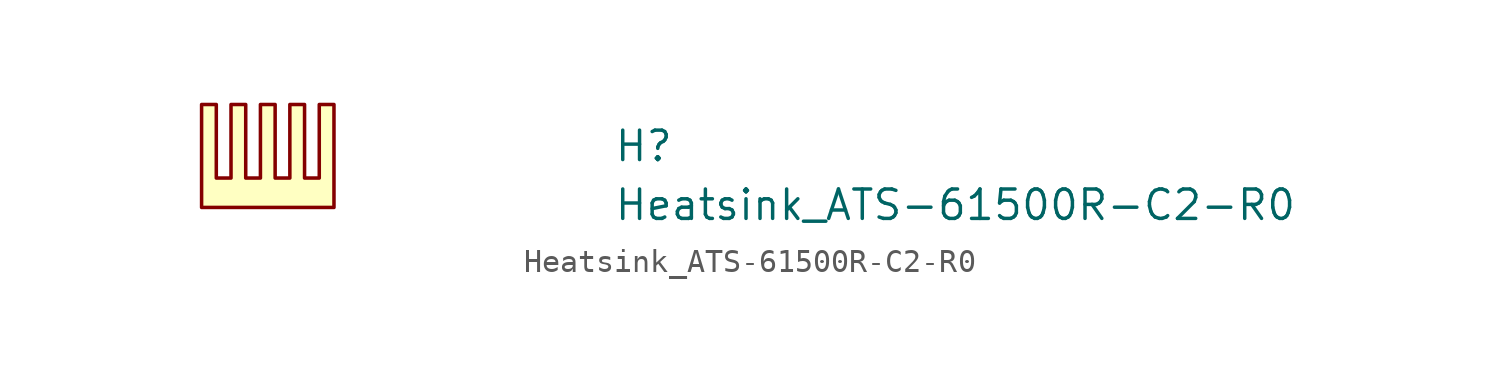
<source format=kicad_sym>
(kicad_symbol_lib
  (version 20220914)
  (generator kicad_symbol_editor)
  (symbol "Heatsink_ATS-61500R-C2-R0"
    (pin_names hide)
    (property "Reference" "H"
      (at 17.78 -2.54 0)
      (effects (font (size 1.27 1.27) (thickness 0.15)) (justify left bottom)))
    (property "Value" "Heatsink_ATS-61500R-C2-R0"
      (at 17.78 -5.08 0)
      (effects (font (size 1.27 1.27) (thickness 0.15)) (justify left bottom)))
    (symbol "Heatsink_ATS-61500R-C2-R0_0_1"
      (polyline (pts (xy 0 0) (xy 0.635 0) (xy 0.635 -3.175) (xy 1.27 -3.175) (xy 1.27 0) (xy 1.905 0) (xy 1.905 -3.175) (xy 2.54 -3.175) (xy 2.54 0) (xy 3.175 0) (xy 3.175 -3.175) (xy 3.81 -3.175) (xy 3.81 0) (xy 4.445 0) (xy 4.445 -3.175) (xy 5.08 -3.175) (xy 5.08 0) (xy 5.715 0) (xy 5.715 -4.445) (xy 0 -4.445) (xy 0 0)) (stroke (width 0) (type default)) (fill (type background))))))
</source>
